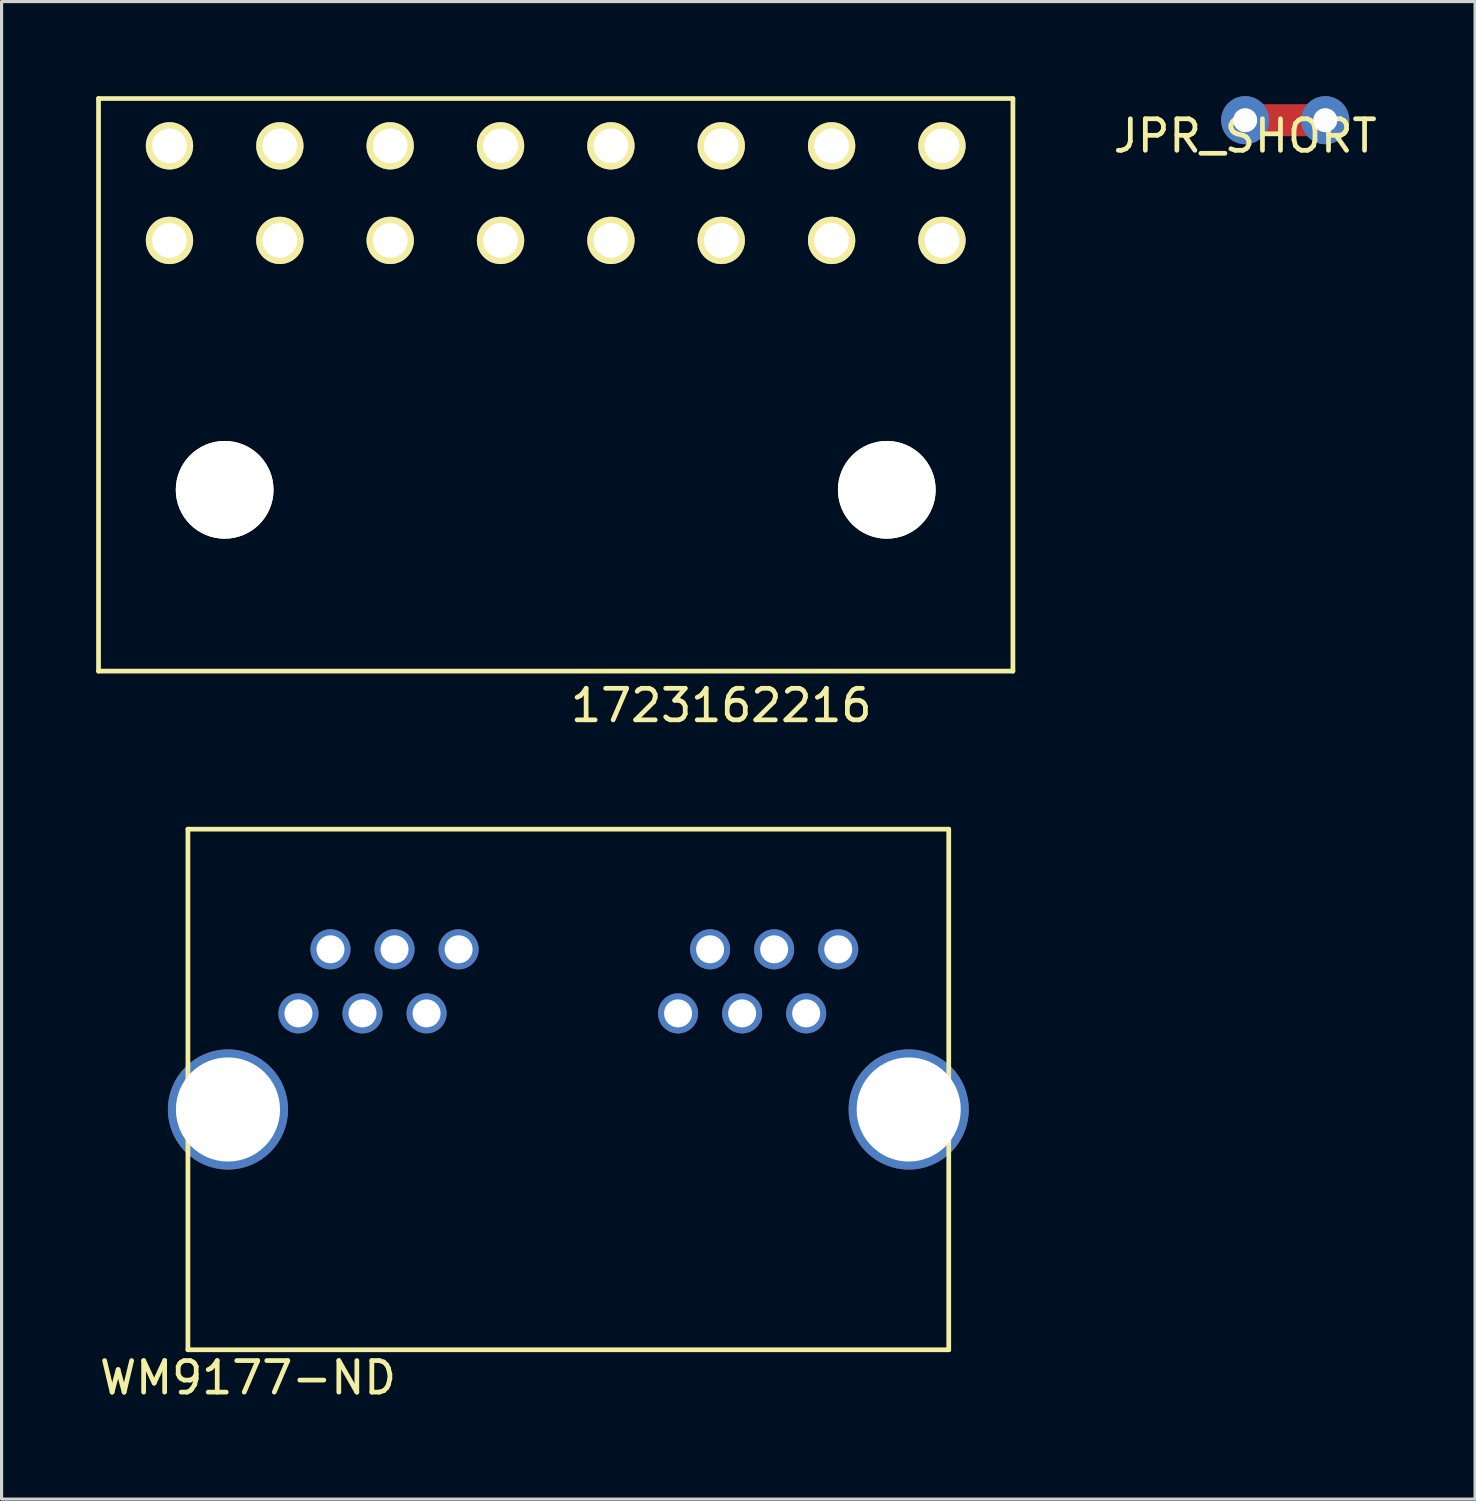
<source format=kicad_pcb>
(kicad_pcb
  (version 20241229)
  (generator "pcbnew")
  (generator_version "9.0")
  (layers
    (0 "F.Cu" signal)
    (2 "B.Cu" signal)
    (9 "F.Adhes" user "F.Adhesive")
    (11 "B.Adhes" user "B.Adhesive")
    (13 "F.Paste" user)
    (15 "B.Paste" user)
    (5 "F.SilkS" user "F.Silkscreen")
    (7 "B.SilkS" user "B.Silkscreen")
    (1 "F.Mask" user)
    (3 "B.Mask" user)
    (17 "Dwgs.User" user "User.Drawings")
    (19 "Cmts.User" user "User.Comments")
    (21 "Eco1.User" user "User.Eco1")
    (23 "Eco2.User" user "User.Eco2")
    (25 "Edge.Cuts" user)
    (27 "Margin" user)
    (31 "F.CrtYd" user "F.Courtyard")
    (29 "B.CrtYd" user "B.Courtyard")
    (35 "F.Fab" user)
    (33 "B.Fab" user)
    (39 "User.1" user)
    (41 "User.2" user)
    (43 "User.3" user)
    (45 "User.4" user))
  (footprint "WM9177-ND"
    (layer "F.Cu")
    (at 2.91 39.758)
    (property "Reference" "WM9177-ND" (at 1.905 0.889 0) (layer "F.SilkS") (effects (font (size 1 1) (thickness 0.15))))
    (attr through_hole)
    (fp_line (start 0 -16.51) (end 0 0) (stroke (width 0.15) (type solid)) (layer "F.SilkS"))
    (fp_line (start 0 0) (end 24.13 0) (stroke (width 0.15) (type solid)) (layer "F.SilkS"))
    (fp_line (start 24.13 -16.51) (end 0 -16.51) (stroke (width 0.15) (type solid)) (layer "F.SilkS"))
    (fp_line (start 24.13 0) (end 24.13 -16.51) (stroke (width 0.15) (type solid)) (layer "F.SilkS"))
    (pad "" np_thru_hole circle (at 1.27 -7.62) (size 3.81 3.81) (drill 3.302) (layers "*.Cu" "*.Mask"))
    (pad "" np_thru_hole circle (at 22.86 -7.62) (size 3.81 3.81) (drill 3.302) (layers "*.Cu" "*.Mask"))
    (pad "1" thru_hole circle (at 3.505 -10.668) (size 1.27 1.27) (drill 0.889) (layers "*.Cu" "*.Mask"))
    (pad "2" thru_hole circle (at 5.537 -10.668) (size 1.27 1.27) (drill 0.889) (layers "*.Cu" "*.Mask"))
    (pad "3" thru_hole circle (at 7.569 -10.668) (size 1.27 1.27) (drill 0.889) (layers "*.Cu" "*.Mask"))
    (pad "4" thru_hole circle (at 4.521 -12.7) (size 1.27 1.27) (drill 0.889) (layers "*.Cu" "*.Mask"))
    (pad "5" thru_hole circle (at 6.553 -12.7) (size 1.27 1.27) (drill 0.889) (layers "*.Cu" "*.Mask"))
    (pad "6" thru_hole circle (at 8.585 -12.7) (size 1.27 1.27) (drill 0.889) (layers "*.Cu" "*.Mask"))
    (pad "7" thru_hole circle (at 15.545 -10.668) (size 1.27 1.27) (drill 0.889) (layers "*.Cu" "*.Mask"))
    (pad "8" thru_hole circle (at 17.577 -10.668) (size 1.27 1.27) (drill 0.889) (layers "*.Cu" "*.Mask"))
    (pad "9" thru_hole circle (at 19.609 -10.668) (size 1.27 1.27) (drill 0.889) (layers "*.Cu" "*.Mask"))
    (pad "10" thru_hole circle (at 16.561 -12.7) (size 1.27 1.27) (drill 0.889) (layers "*.Cu" "*.Mask"))
    (pad "11" thru_hole circle (at 18.593 -12.7) (size 1.27 1.27) (drill 0.889) (layers "*.Cu" "*.Mask"))
    (pad "12" thru_hole circle (at 20.625 -12.7) (size 1.27 1.27) (drill 0.889) (layers "*.Cu" "*.Mask")))
  (footprint "1723162216"
    (layer "F.Cu")
    (at 19.825 4.575)
    (property "Reference" "1723162216" (at 0 14.75 0) (layer "F.SilkS") (effects (font (size 1 1) (thickness 0.15))))
    (attr through_hole)
    (fp_line (start -19.75 -4.5) (end -19.75 13.66) (stroke (width 0.15) (type solid)) (layer "F.SilkS"))
    (fp_line (start -19.75 -4.5) (end 9.25 -4.5) (stroke (width 0.15) (type solid)) (layer "F.SilkS"))
    (fp_line (start -19.75 13.66) (end 9.25 13.66) (stroke (width 0.15) (type solid)) (layer "F.SilkS"))
    (fp_line (start 9.25 -4.5) (end 9.25 13.66) (stroke (width 0.15) (type solid)) (layer "F.SilkS"))
    (pad "" np_thru_hole circle (at -15.75 7.91) (size 3.1 3.1) (drill 3.1) (layers "*.Cu" "*.Mask" "F.SilkS"))
    (pad "" np_thru_hole circle (at 5.25 7.91) (size 3.1 3.1) (drill 3.1) (layers "*.Cu" "*.Mask" "F.SilkS"))
    (pad "1" thru_hole circle (at 7 0) (size 1.5 1.5) (drill 1.1) (layers "*.Cu" "*.Mask" "F.SilkS"))
    (pad "2" thru_hole circle (at 7 -3) (size 1.5 1.5) (drill 1.1) (layers "*.Cu" "*.Mask" "F.SilkS"))
    (pad "3" thru_hole circle (at 3.5 0) (size 1.5 1.5) (drill 1.1) (layers "*.Cu" "*.Mask" "F.SilkS"))
    (pad "4" thru_hole circle (at 3.5 -3) (size 1.5 1.5) (drill 1.1) (layers "*.Cu" "*.Mask" "F.SilkS"))
    (pad "5" thru_hole circle (at 0 0) (size 1.5 1.5) (drill 1.1) (layers "*.Cu" "*.Mask" "F.SilkS"))
    (pad "6" thru_hole circle (at 0 -3) (size 1.5 1.5) (drill 1.1) (layers "*.Cu" "*.Mask" "F.SilkS"))
    (pad "7" thru_hole circle (at -3.5 0) (size 1.5 1.5) (drill 1.1) (layers "*.Cu" "*.Mask" "F.SilkS"))
    (pad "8" thru_hole circle (at -3.5 -3) (size 1.5 1.5) (drill 1.1) (layers "*.Cu" "*.Mask" "F.SilkS"))
    (pad "9" thru_hole circle (at -7 0) (size 1.5 1.5) (drill 1.1) (layers "*.Cu" "*.Mask" "F.SilkS"))
    (pad "10" thru_hole circle (at -7 -3) (size 1.5 1.5) (drill 1.1) (layers "*.Cu" "*.Mask" "F.SilkS"))
    (pad "11" thru_hole circle (at -10.5 0) (size 1.5 1.5) (drill 1.1) (layers "*.Cu" "*.Mask" "F.SilkS"))
    (pad "12" thru_hole circle (at -10.5 -3) (size 1.5 1.5) (drill 1.1) (layers "*.Cu" "*.Mask" "F.SilkS"))
    (pad "13" thru_hole circle (at -14 0) (size 1.5 1.5) (drill 1.1) (layers "*.Cu" "*.Mask" "F.SilkS"))
    (pad "14" thru_hole circle (at -14 -3) (size 1.5 1.5) (drill 1.1) (layers "*.Cu" "*.Mask" "F.SilkS"))
    (pad "15" thru_hole circle (at -17.5 0) (size 1.5 1.5) (drill 1.1) (layers "*.Cu" "*.Mask" "F.SilkS"))
    (pad "16" thru_hole circle (at -17.5 -3) (size 1.5 1.5) (drill 1.1) (layers "*.Cu" "*.Mask" "F.SilkS")))
  (footprint "JPR_SHORT"
    (layer "F.Cu")
    (at 36.442 0.762)
    (property "Reference" "JPR_SHORT" (at 0 0.5 0) (layer "F.SilkS") (effects (font (size 1 1) (thickness 0.15))))
    (attr through_hole)
    (fp_line (start 0 0) (end 2.54 0) (stroke (width 1.016) (type solid)) (layer "F.Cu"))
    (pad "1" thru_hole circle (at 0 0) (size 1.524 1.524) (drill 0.762) (layers "*.Cu" "*.Mask"))
    (pad "2" thru_hole circle (at 2.54 0) (size 1.524 1.524) (drill 0.762) (layers "*.Cu" "*.Mask")))
  (gr_rect
    (start -3 -3)
    (end 43.733 44.495)
    (stroke (width 0.1) (type default))
    (fill no)
    (layer "Edge.Cuts")))
</source>
